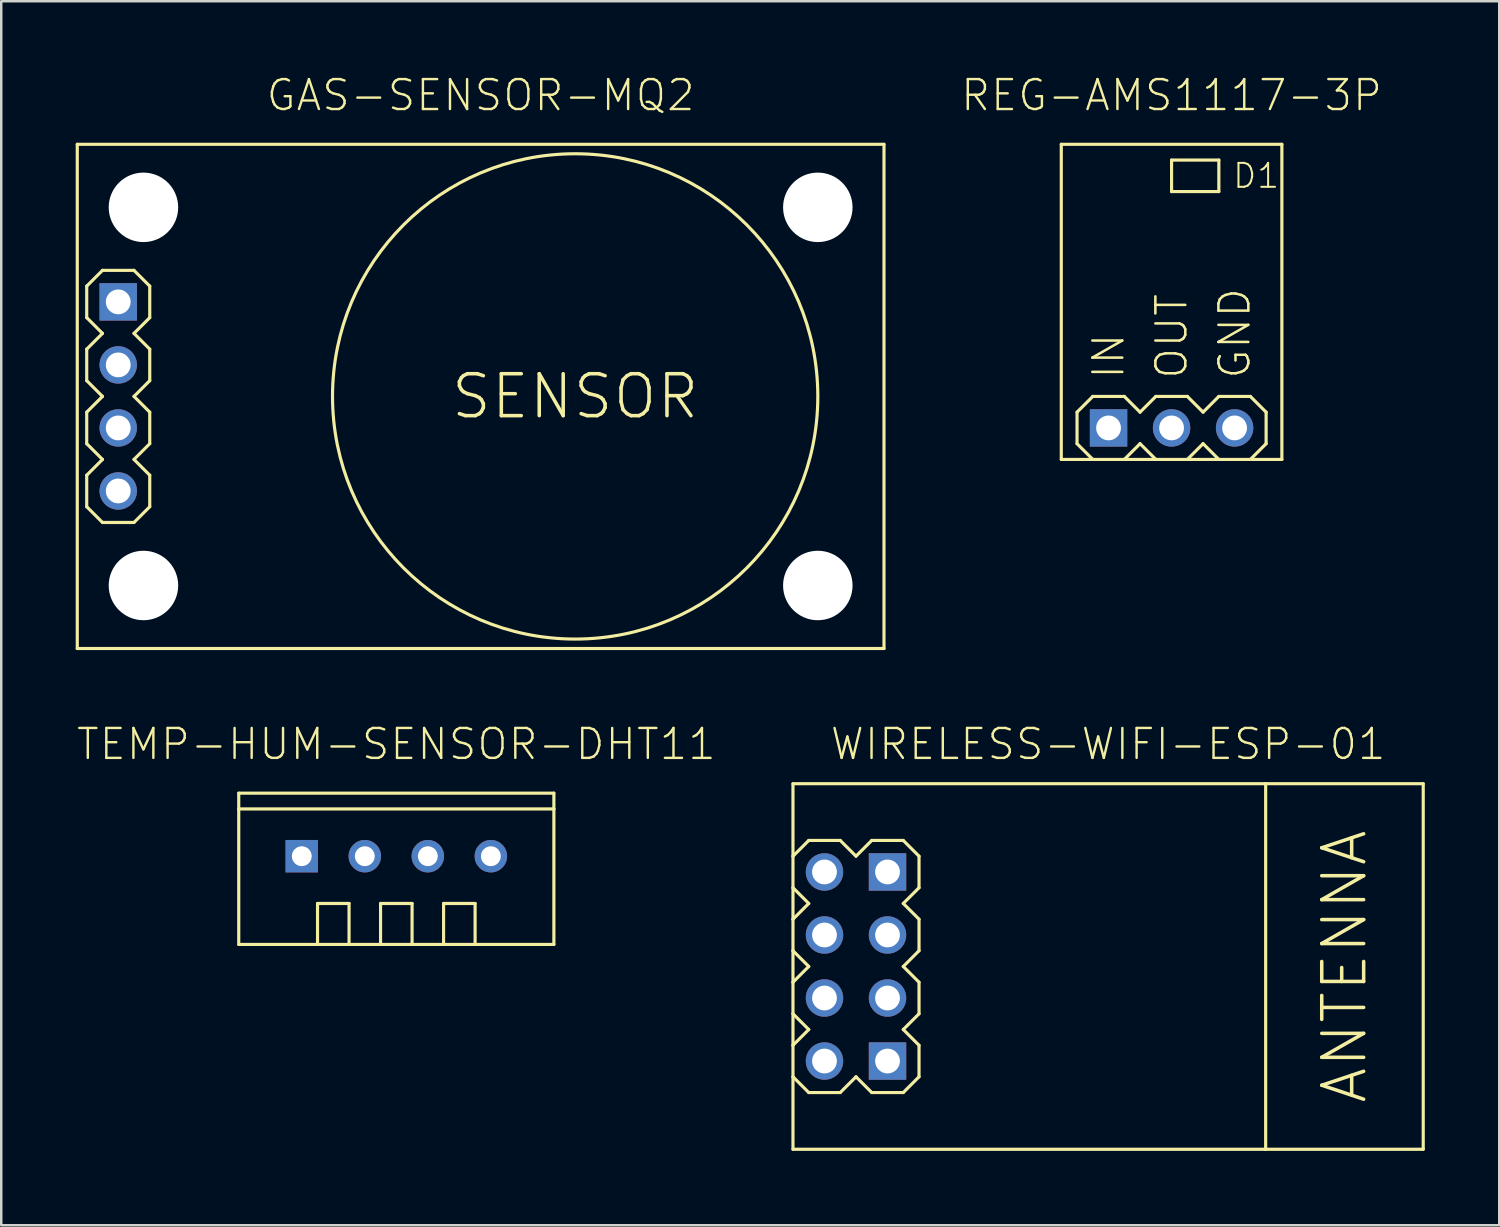
<source format=kicad_pcb>
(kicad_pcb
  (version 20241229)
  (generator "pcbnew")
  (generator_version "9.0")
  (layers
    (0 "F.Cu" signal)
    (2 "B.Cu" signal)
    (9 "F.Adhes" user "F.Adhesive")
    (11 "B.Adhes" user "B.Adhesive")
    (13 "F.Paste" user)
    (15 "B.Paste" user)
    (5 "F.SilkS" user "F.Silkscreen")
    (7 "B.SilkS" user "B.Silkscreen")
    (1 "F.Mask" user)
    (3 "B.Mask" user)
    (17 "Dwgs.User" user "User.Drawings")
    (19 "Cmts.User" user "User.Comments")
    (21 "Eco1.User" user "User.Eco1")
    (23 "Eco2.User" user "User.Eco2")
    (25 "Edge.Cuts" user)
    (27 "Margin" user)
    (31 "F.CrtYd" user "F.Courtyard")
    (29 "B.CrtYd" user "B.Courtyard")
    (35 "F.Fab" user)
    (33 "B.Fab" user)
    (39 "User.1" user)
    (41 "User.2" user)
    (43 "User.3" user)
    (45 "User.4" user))
  (footprint "TEMP-HUM-SENSOR-DHT11"
    (layer "F.Cu")
    (at 12.922 31.456)
    (property "Reference" "TEMP-HUM-SENSOR-DHT11" (at 0 -3.81 180) (layer "F.SilkS") (effects (font (size 1.206 1.206) (thickness 0.097)) (justify bottom)))
    (attr through_hole)
    (fp_line (start -6.35 -2.54) (end 6.35 -2.54) (stroke (width 0.127) (type solid)) (layer "F.SilkS"))
    (fp_line (start -6.35 -1.905) (end -6.35 -2.54) (stroke (width 0.127) (type solid)) (layer "F.SilkS"))
    (fp_line (start -6.35 -1.905) (end 6.35 -1.905) (stroke (width 0.127) (type solid)) (layer "F.SilkS"))
    (fp_line (start -6.35 3.556) (end -6.35 -1.905) (stroke (width 0.127) (type solid)) (layer "F.SilkS"))
    (fp_line (start -3.175 1.905) (end -1.905 1.905) (stroke (width 0.127) (type solid)) (layer "F.SilkS"))
    (fp_line (start -3.175 3.556) (end -6.35 3.556) (stroke (width 0.127) (type solid)) (layer "F.SilkS"))
    (fp_line (start -3.175 3.556) (end -3.175 1.905) (stroke (width 0.127) (type solid)) (layer "F.SilkS"))
    (fp_line (start -1.905 1.905) (end -1.905 3.556) (stroke (width 0.127) (type solid)) (layer "F.SilkS"))
    (fp_line (start -1.905 3.556) (end -3.175 3.556) (stroke (width 0.127) (type solid)) (layer "F.SilkS"))
    (fp_line (start -0.635 1.905) (end 0.635 1.905) (stroke (width 0.127) (type solid)) (layer "F.SilkS"))
    (fp_line (start -0.635 3.556) (end -1.905 3.556) (stroke (width 0.127) (type solid)) (layer "F.SilkS"))
    (fp_line (start -0.635 3.556) (end -0.635 1.905) (stroke (width 0.127) (type solid)) (layer "F.SilkS"))
    (fp_line (start 0.635 1.905) (end 0.635 3.556) (stroke (width 0.127) (type solid)) (layer "F.SilkS"))
    (fp_line (start 0.635 3.556) (end -0.635 3.556) (stroke (width 0.127) (type solid)) (layer "F.SilkS"))
    (fp_line (start 1.905 1.905) (end 3.175 1.905) (stroke (width 0.127) (type solid)) (layer "F.SilkS"))
    (fp_line (start 1.905 3.556) (end 0.635 3.556) (stroke (width 0.127) (type solid)) (layer "F.SilkS"))
    (fp_line (start 1.905 3.556) (end 1.905 1.905) (stroke (width 0.127) (type solid)) (layer "F.SilkS"))
    (fp_line (start 3.175 1.905) (end 3.175 3.556) (stroke (width 0.127) (type solid)) (layer "F.SilkS"))
    (fp_line (start 3.175 3.556) (end 1.905 3.556) (stroke (width 0.127) (type solid)) (layer "F.SilkS"))
    (fp_line (start 6.35 -2.54) (end 6.35 -1.905) (stroke (width 0.127) (type solid)) (layer "F.SilkS"))
    (fp_line (start 6.35 -1.905) (end 6.35 3.556) (stroke (width 0.127) (type solid)) (layer "F.SilkS"))
    (fp_line (start 6.35 3.556) (end 3.175 3.556) (stroke (width 0.127) (type solid)) (layer "F.SilkS"))
    (pad "1" thru_hole rect (at -3.81 0) (size 1.308 1.308) (drill 0.8) (layers "*.Cu" "*.Mask"))
    (pad "2" thru_hole circle (at -1.27 0) (size 1.308 1.308) (drill 0.8) (layers "*.Cu" "*.Mask"))
    (pad "3" thru_hole circle (at 1.27 0) (size 1.308 1.308) (drill 0.8) (layers "*.Cu" "*.Mask"))
    (pad "4" thru_hole circle (at 3.81 0) (size 1.308 1.308) (drill 0.8) (layers "*.Cu" "*.Mask")))
  (footprint "REG-AMS1117-3P"
    (layer "F.Cu")
    (at 44.166 9.116)
    (property "Reference" "REG-AMS1117-3P" (at 0 -7.62 0) (layer "F.SilkS") (effects (font (size 1.206 1.206) (thickness 0.097)) (justify bottom)))
    (attr through_hole)
    (fp_line (start -4.445 -6.35) (end -4.445 6.35) (stroke (width 0.127) (type solid)) (layer "F.SilkS"))
    (fp_line (start -4.445 6.35) (end 4.445 6.35) (stroke (width 0.127) (type solid)) (layer "F.SilkS"))
    (fp_line (start -3.81 4.445) (end -3.175 3.81) (stroke (width 0.127) (type solid)) (layer "F.SilkS"))
    (fp_line (start -3.81 5.715) (end -3.81 4.445) (stroke (width 0.127) (type solid)) (layer "F.SilkS"))
    (fp_line (start -3.175 3.81) (end -1.905 3.81) (stroke (width 0.127) (type solid)) (layer "F.SilkS"))
    (fp_line (start -3.175 6.35) (end -3.81 5.715) (stroke (width 0.127) (type solid)) (layer "F.SilkS"))
    (fp_line (start -1.905 3.81) (end -1.27 4.445) (stroke (width 0.127) (type solid)) (layer "F.SilkS"))
    (fp_line (start -1.27 4.445) (end -0.635 3.81) (stroke (width 0.127) (type solid)) (layer "F.SilkS"))
    (fp_line (start -1.27 5.715) (end -1.905 6.35) (stroke (width 0.127) (type solid)) (layer "F.SilkS"))
    (fp_line (start -0.635 3.81) (end 0.635 3.81) (stroke (width 0.127) (type solid)) (layer "F.SilkS"))
    (fp_line (start -0.635 6.35) (end -1.27 5.715) (stroke (width 0.127) (type solid)) (layer "F.SilkS"))
    (fp_line (start 0 -5.715) (end 1.905 -5.715) (stroke (width 0.127) (type solid)) (layer "F.SilkS"))
    (fp_line (start 0 -4.445) (end 0 -5.715) (stroke (width 0.127) (type solid)) (layer "F.SilkS"))
    (fp_line (start 0.635 3.81) (end 1.27 4.445) (stroke (width 0.127) (type solid)) (layer "F.SilkS"))
    (fp_line (start 1.27 4.445) (end 1.905 3.81) (stroke (width 0.127) (type solid)) (layer "F.SilkS"))
    (fp_line (start 1.27 5.715) (end 0.635 6.35) (stroke (width 0.127) (type solid)) (layer "F.SilkS"))
    (fp_line (start 1.905 -5.715) (end 1.905 -4.445) (stroke (width 0.127) (type solid)) (layer "F.SilkS"))
    (fp_line (start 1.905 -4.445) (end 0 -4.445) (stroke (width 0.127) (type solid)) (layer "F.SilkS"))
    (fp_line (start 1.905 3.81) (end 3.175 3.81) (stroke (width 0.127) (type solid)) (layer "F.SilkS"))
    (fp_line (start 1.905 6.35) (end 1.27 5.715) (stroke (width 0.127) (type solid)) (layer "F.SilkS"))
    (fp_line (start 3.81 4.445) (end 3.175 3.81) (stroke (width 0.127) (type solid)) (layer "F.SilkS"))
    (fp_line (start 3.81 5.715) (end 3.175 6.35) (stroke (width 0.127) (type solid)) (layer "F.SilkS"))
    (fp_line (start 3.81 5.715) (end 3.81 4.445) (stroke (width 0.127) (type solid)) (layer "F.SilkS"))
    (fp_line (start 4.445 -6.35) (end -4.445 -6.35) (stroke (width 0.127) (type solid)) (layer "F.SilkS"))
    (fp_line (start 4.445 6.35) (end 4.445 -6.35) (stroke (width 0.127) (type solid)) (layer "F.SilkS"))
    (fp_text user "IN" (at -2.54 3.175 90) (layer "F.SilkS") (effects (font (size 1.206 1.206) (thickness 0.102)) (justify left)))
    (fp_text user "OUT" (at 0 3.175 90) (layer "F.SilkS") (effects (font (size 1.206 1.206) (thickness 0.102)) (justify left)))
    (fp_text user "GND" (at 2.54 3.175 90) (layer "F.SilkS") (effects (font (size 1.206 1.206) (thickness 0.102)) (justify left)))
    (fp_text user "D1" (at 2.413 -5.08 0) (layer "F.SilkS") (effects (font (size 0.965 0.965) (thickness 0.081)) (justify left)))
    (pad "1" thru_hole rect (at -2.54 5.08) (size 1.508 1.508) (drill 1) (layers "*.Cu" "*.Mask"))
    (pad "2" thru_hole circle (at 0 5.08) (size 1.508 1.508) (drill 1) (layers "*.Cu" "*.Mask"))
    (pad "3" thru_hole circle (at 2.54 5.08) (size 1.508 1.508) (drill 1) (layers "*.Cu" "*.Mask")))
  (footprint "WIRELESS-WIFI-ESP-01"
    (layer "F.Cu")
    (at 41.608 35.901)
    (property "Reference" "WIRELESS-WIFI-ESP-01" (at 0 -8.255 0) (layer "F.SilkS") (effects (font (size 1.206 1.206) (thickness 0.097)) (justify bottom)))
    (attr through_hole)
    (fp_line (start -12.7 -7.366) (end 6.35 -7.366) (stroke (width 0.127) (type solid)) (layer "F.SilkS"))
    (fp_line (start -12.7 -4.445) (end -12.7 -7.366) (stroke (width 0.127) (type solid)) (layer "F.SilkS"))
    (fp_line (start -12.7 -4.445) (end -12.065 -5.08) (stroke (width 0.127) (type solid)) (layer "F.SilkS"))
    (fp_line (start -12.7 -3.175) (end -12.7 -4.445) (stroke (width 0.127) (type solid)) (layer "F.SilkS"))
    (fp_line (start -12.7 -1.905) (end -12.7 -3.175) (stroke (width 0.127) (type solid)) (layer "F.SilkS"))
    (fp_line (start -12.7 -1.905) (end -12.065 -2.54) (stroke (width 0.127) (type solid)) (layer "F.SilkS"))
    (fp_line (start -12.7 -0.635) (end -12.7 -1.905) (stroke (width 0.127) (type solid)) (layer "F.SilkS"))
    (fp_line (start -12.7 0.635) (end -12.7 -0.635) (stroke (width 0.127) (type solid)) (layer "F.SilkS"))
    (fp_line (start -12.7 0.635) (end -12.065 0) (stroke (width 0.127) (type solid)) (layer "F.SilkS"))
    (fp_line (start -12.7 1.905) (end -12.7 0.635) (stroke (width 0.127) (type solid)) (layer "F.SilkS"))
    (fp_line (start -12.7 3.175) (end -12.7 1.905) (stroke (width 0.127) (type solid)) (layer "F.SilkS"))
    (fp_line (start -12.7 3.175) (end -12.065 2.54) (stroke (width 0.127) (type solid)) (layer "F.SilkS"))
    (fp_line (start -12.7 4.445) (end -12.7 3.175) (stroke (width 0.127) (type solid)) (layer "F.SilkS"))
    (fp_line (start -12.7 7.366) (end -12.7 4.445) (stroke (width 0.127) (type solid)) (layer "F.SilkS"))
    (fp_line (start -12.065 -5.08) (end -10.795 -5.08) (stroke (width 0.127) (type solid)) (layer "F.SilkS"))
    (fp_line (start -12.065 -2.54) (end -12.7 -3.175) (stroke (width 0.127) (type solid)) (layer "F.SilkS"))
    (fp_line (start -12.065 0) (end -12.7 -0.635) (stroke (width 0.127) (type solid)) (layer "F.SilkS"))
    (fp_line (start -12.065 2.54) (end -12.7 1.905) (stroke (width 0.127) (type solid)) (layer "F.SilkS"))
    (fp_line (start -12.065 5.08) (end -12.7 4.445) (stroke (width 0.127) (type solid)) (layer "F.SilkS"))
    (fp_line (start -10.795 -5.08) (end -10.16 -4.445) (stroke (width 0.127) (type solid)) (layer "F.SilkS"))
    (fp_line (start -10.795 5.08) (end -12.065 5.08) (stroke (width 0.127) (type solid)) (layer "F.SilkS"))
    (fp_line (start -10.16 -4.445) (end -9.525 -5.08) (stroke (width 0.127) (type solid)) (layer "F.SilkS"))
    (fp_line (start -10.16 4.445) (end -10.795 5.08) (stroke (width 0.127) (type solid)) (layer "F.SilkS"))
    (fp_line (start -9.525 -5.08) (end -8.255 -5.08) (stroke (width 0.127) (type solid)) (layer "F.SilkS"))
    (fp_line (start -9.525 5.08) (end -10.16 4.445) (stroke (width 0.127) (type solid)) (layer "F.SilkS"))
    (fp_line (start -8.255 -5.08) (end -7.62 -4.445) (stroke (width 0.127) (type solid)) (layer "F.SilkS"))
    (fp_line (start -8.255 -2.54) (end -7.62 -1.905) (stroke (width 0.127) (type solid)) (layer "F.SilkS"))
    (fp_line (start -8.255 0) (end -7.62 0.635) (stroke (width 0.127) (type solid)) (layer "F.SilkS"))
    (fp_line (start -8.255 2.54) (end -7.62 3.175) (stroke (width 0.127) (type solid)) (layer "F.SilkS"))
    (fp_line (start -8.255 5.08) (end -9.525 5.08) (stroke (width 0.127) (type solid)) (layer "F.SilkS"))
    (fp_line (start -7.62 -4.445) (end -7.62 -3.175) (stroke (width 0.127) (type solid)) (layer "F.SilkS"))
    (fp_line (start -7.62 -3.175) (end -8.255 -2.54) (stroke (width 0.127) (type solid)) (layer "F.SilkS"))
    (fp_line (start -7.62 -1.905) (end -7.62 -0.635) (stroke (width 0.127) (type solid)) (layer "F.SilkS"))
    (fp_line (start -7.62 -0.635) (end -8.255 0) (stroke (width 0.127) (type solid)) (layer "F.SilkS"))
    (fp_line (start -7.62 0.635) (end -7.62 1.905) (stroke (width 0.127) (type solid)) (layer "F.SilkS"))
    (fp_line (start -7.62 1.905) (end -8.255 2.54) (stroke (width 0.127) (type solid)) (layer "F.SilkS"))
    (fp_line (start -7.62 3.175) (end -7.62 4.445) (stroke (width 0.127) (type solid)) (layer "F.SilkS"))
    (fp_line (start -7.62 4.445) (end -8.255 5.08) (stroke (width 0.127) (type solid)) (layer "F.SilkS"))
    (fp_line (start 6.35 -7.366) (end 6.35 7.366) (stroke (width 0.127) (type solid)) (layer "F.SilkS"))
    (fp_line (start 6.35 -7.366) (end 12.7 -7.366) (stroke (width 0.127) (type solid)) (layer "F.SilkS"))
    (fp_line (start 6.35 7.366) (end -12.7 7.366) (stroke (width 0.127) (type solid)) (layer "F.SilkS"))
    (fp_line (start 12.7 -7.366) (end 12.7 7.366) (stroke (width 0.127) (type solid)) (layer "F.SilkS"))
    (fp_line (start 12.7 7.366) (end 6.35 7.366) (stroke (width 0.127) (type solid)) (layer "F.SilkS"))
    (fp_text user "ANTENNA" (at 9.525 0 90) (layer "F.SilkS") (effects (font (size 1.689 1.689) (thickness 0.142))))
    (pad "A1" thru_hole rect (at -8.89 -3.81) (size 1.508 1.508) (drill 1) (layers "*.Cu" "*.Mask"))
    (pad "A2" thru_hole circle (at -11.43 -3.81) (size 1.508 1.508) (drill 1) (layers "*.Cu" "*.Mask"))
    (pad "B1" thru_hole circle (at -8.89 -1.27) (size 1.508 1.508) (drill 1) (layers "*.Cu" "*.Mask"))
    (pad "B2" thru_hole circle (at -11.43 -1.27) (size 1.508 1.508) (drill 1) (layers "*.Cu" "*.Mask"))
    (pad "C1" thru_hole circle (at -8.89 1.27) (size 1.508 1.508) (drill 1) (layers "*.Cu" "*.Mask"))
    (pad "C2" thru_hole circle (at -11.43 1.27) (size 1.508 1.508) (drill 1) (layers "*.Cu" "*.Mask"))
    (pad "D1" thru_hole rect (at -8.89 3.81) (size 1.508 1.508) (drill 1) (layers "*.Cu" "*.Mask"))
    (pad "D2" thru_hole circle (at -11.43 3.81) (size 1.508 1.508) (drill 1) (layers "*.Cu" "*.Mask")))
  (footprint "GAS-SENSOR-MQ2"
    (layer "F.Cu")
    (at 16.32 12.926)
    (property "Reference" "GAS-SENSOR-MQ2" (at 0 -11.43 0) (layer "F.SilkS") (effects (font (size 1.206 1.206) (thickness 0.097)) (justify bottom)))
    (attr through_hole)
    (fp_line (start -16.256 -10.16) (end 16.256 -10.16) (stroke (width 0.127) (type solid)) (layer "F.SilkS"))
    (fp_line (start -16.256 10.16) (end -16.256 -10.16) (stroke (width 0.127) (type solid)) (layer "F.SilkS"))
    (fp_line (start -15.875 -4.445) (end -15.24 -5.08) (stroke (width 0.127) (type solid)) (layer "F.SilkS"))
    (fp_line (start -15.875 -3.175) (end -15.875 -4.445) (stroke (width 0.127) (type solid)) (layer "F.SilkS"))
    (fp_line (start -15.875 -1.905) (end -15.24 -2.54) (stroke (width 0.127) (type solid)) (layer "F.SilkS"))
    (fp_line (start -15.875 -0.635) (end -15.875 -1.905) (stroke (width 0.127) (type solid)) (layer "F.SilkS"))
    (fp_line (start -15.875 0.635) (end -15.24 0) (stroke (width 0.127) (type solid)) (layer "F.SilkS"))
    (fp_line (start -15.875 1.905) (end -15.875 0.635) (stroke (width 0.127) (type solid)) (layer "F.SilkS"))
    (fp_line (start -15.875 3.175) (end -15.875 4.445) (stroke (width 0.127) (type solid)) (layer "F.SilkS"))
    (fp_line (start -15.875 4.445) (end -15.24 5.08) (stroke (width 0.127) (type solid)) (layer "F.SilkS"))
    (fp_line (start -15.24 -5.08) (end -13.97 -5.08) (stroke (width 0.127) (type solid)) (layer "F.SilkS"))
    (fp_line (start -15.24 -2.54) (end -15.875 -3.175) (stroke (width 0.127) (type solid)) (layer "F.SilkS"))
    (fp_line (start -15.24 0) (end -15.875 -0.635) (stroke (width 0.127) (type solid)) (layer "F.SilkS"))
    (fp_line (start -15.24 2.54) (end -15.875 1.905) (stroke (width 0.127) (type solid)) (layer "F.SilkS"))
    (fp_line (start -15.24 2.54) (end -15.875 3.175) (stroke (width 0.127) (type solid)) (layer "F.SilkS"))
    (fp_line (start -15.24 5.08) (end -13.97 5.08) (stroke (width 0.127) (type solid)) (layer "F.SilkS"))
    (fp_line (start -13.97 -5.08) (end -13.335 -4.445) (stroke (width 0.127) (type solid)) (layer "F.SilkS"))
    (fp_line (start -13.97 -2.54) (end -13.335 -1.905) (stroke (width 0.127) (type solid)) (layer "F.SilkS"))
    (fp_line (start -13.97 0) (end -13.335 0.635) (stroke (width 0.127) (type solid)) (layer "F.SilkS"))
    (fp_line (start -13.97 5.08) (end -13.335 4.445) (stroke (width 0.127) (type solid)) (layer "F.SilkS"))
    (fp_line (start -13.335 -4.445) (end -13.335 -3.175) (stroke (width 0.127) (type solid)) (layer "F.SilkS"))
    (fp_line (start -13.335 -3.175) (end -13.97 -2.54) (stroke (width 0.127) (type solid)) (layer "F.SilkS"))
    (fp_line (start -13.335 -1.905) (end -13.335 -0.635) (stroke (width 0.127) (type solid)) (layer "F.SilkS"))
    (fp_line (start -13.335 -0.635) (end -13.97 0) (stroke (width 0.127) (type solid)) (layer "F.SilkS"))
    (fp_line (start -13.335 0.635) (end -13.335 1.905) (stroke (width 0.127) (type solid)) (layer "F.SilkS"))
    (fp_line (start -13.335 1.905) (end -13.97 2.54) (stroke (width 0.127) (type solid)) (layer "F.SilkS"))
    (fp_line (start -13.335 3.175) (end -13.97 2.54) (stroke (width 0.127) (type solid)) (layer "F.SilkS"))
    (fp_line (start -13.335 4.445) (end -13.335 3.175) (stroke (width 0.127) (type solid)) (layer "F.SilkS"))
    (fp_line (start 16.256 -10.16) (end 16.256 10.16) (stroke (width 0.127) (type solid)) (layer "F.SilkS"))
    (fp_line (start 16.256 10.16) (end -16.256 10.16) (stroke (width 0.127) (type solid)) (layer "F.SilkS"))
    (fp_circle (center 3.81 0) (end 13.589 0) (stroke (width 0.127) (type solid)) (fill no) (layer "F.SilkS"))
    (fp_text user "SENSOR" (at 3.81 0 0) (layer "F.SilkS") (effects (font (size 1.689 1.689) (thickness 0.142))))
    (pad "" np_thru_hole circle (at -13.589 -7.62) (size 2.8 2.8) (drill 2.8) (layers "*.Cu" "*.Mask"))
    (pad "" np_thru_hole circle (at -13.589 7.62) (size 2.8 2.8) (drill 2.8) (layers "*.Cu" "*.Mask"))
    (pad "" np_thru_hole circle (at 13.589 -7.62) (size 2.8 2.8) (drill 2.8) (layers "*.Cu" "*.Mask"))
    (pad "" np_thru_hole circle (at 13.589 7.62) (size 2.8 2.8) (drill 2.8) (layers "*.Cu" "*.Mask"))
    (pad "1" thru_hole rect (at -14.605 -3.81) (size 1.508 1.508) (drill 1) (layers "*.Cu" "*.Mask"))
    (pad "2" thru_hole circle (at -14.605 -1.27) (size 1.508 1.508) (drill 1) (layers "*.Cu" "*.Mask"))
    (pad "3" thru_hole circle (at -14.605 1.27) (size 1.508 1.508) (drill 1) (layers "*.Cu" "*.Mask"))
    (pad "4" thru_hole circle (at -14.605 3.81) (size 1.508 1.508) (drill 1) (layers "*.Cu" "*.Mask")))
  (gr_rect
    (start -3 -3)
    (end 57.371 46.33)
    (stroke (width 0.1) (type default))
    (fill no)
    (layer "Edge.Cuts")))
</source>
